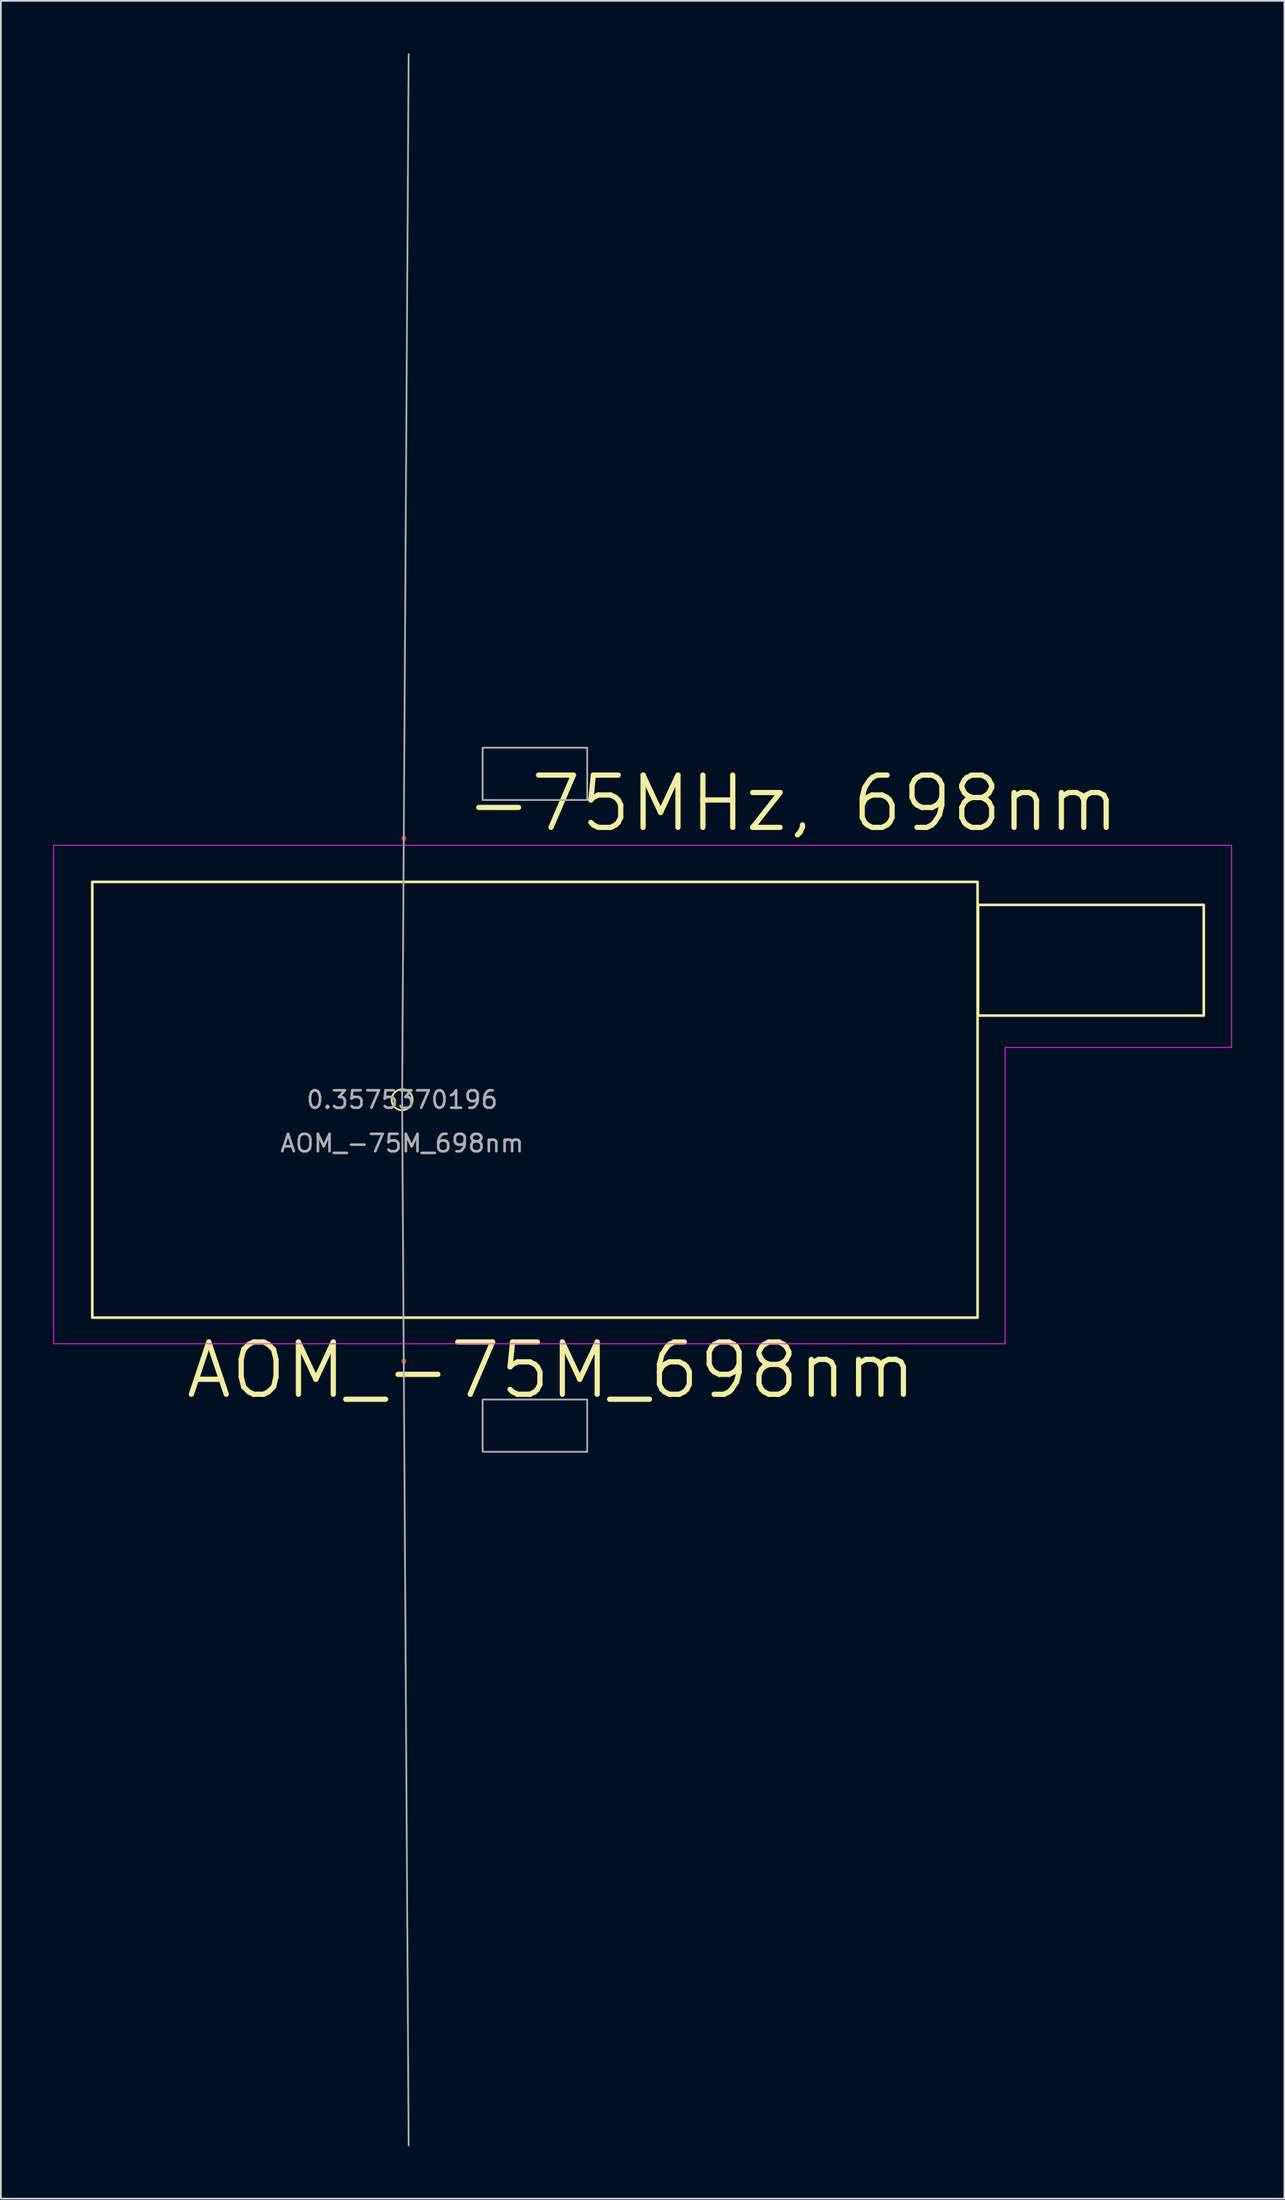
<source format=kicad_pcb>
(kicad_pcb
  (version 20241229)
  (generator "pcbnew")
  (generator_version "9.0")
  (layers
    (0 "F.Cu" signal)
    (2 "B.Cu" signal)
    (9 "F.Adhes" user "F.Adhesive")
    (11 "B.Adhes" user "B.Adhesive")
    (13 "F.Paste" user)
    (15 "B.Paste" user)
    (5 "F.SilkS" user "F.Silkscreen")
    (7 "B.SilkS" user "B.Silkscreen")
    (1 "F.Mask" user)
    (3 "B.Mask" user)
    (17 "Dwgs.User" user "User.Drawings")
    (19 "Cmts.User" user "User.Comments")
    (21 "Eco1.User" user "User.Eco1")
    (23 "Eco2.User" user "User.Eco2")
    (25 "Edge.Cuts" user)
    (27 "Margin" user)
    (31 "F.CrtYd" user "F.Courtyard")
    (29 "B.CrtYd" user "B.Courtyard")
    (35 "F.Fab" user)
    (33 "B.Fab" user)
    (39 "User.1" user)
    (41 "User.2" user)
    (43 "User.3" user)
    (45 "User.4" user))
  (footprint "AOM_-75M_698nm"
    (layer "F.Cu")
    (at 20.025 60.049)
    (property "Reference" "AOM_-75M_698nm" (at 8.55 15.525 0) (unlocked yes) (layer "F.SilkS") (effects (font (size 3 3) (thickness 0.3))))
    (property "Frequency" "-75MHz, 698nm" (at 22.4 -17 0) (layer "F.SilkS") (effects (font (size 3 3) (thickness 0.3))))
    (property "Angle" "0.3575370196" (at 0 0 0) (layer "F.Fab") (effects (font (size 1 1) (thickness 0.15))))
    (attr smd)
    (fp_rect (start -17.78 -12.5) (end 33.02 12.5) (stroke (width 0.15) (type default)) (fill no) (layer "F.SilkS"))
    (fp_rect (start 33.05 -11.18) (end 46 -4.83) (stroke (width 0.15) (type default)) (fill no) (layer "F.SilkS"))
    (fp_circle (center 0 0) (end 0.6 0) (stroke (width 0.1) (type default)) (fill no) (layer "F.SilkS"))
    (fp_poly (pts (xy -20 -14.6) (xy -20 14) (xy 34.6 14) (xy 34.6 -3) (xy 47.6 -3) (xy 47.6 -14.6)) (stroke (width 0.05) (type solid)) (fill no) (layer "F.CrtYd"))
    (fp_line (start 0 0) (end 0.375 -59.999) (stroke (width 0.1) (type default)) (layer "F.Fab"))
    (fp_line (start 0 0) (end 0.375 59.999) (stroke (width 0.1) (type default)) (layer "F.Fab"))
    (fp_rect (start 4.62 -20.2) (end 10.62 -17.2) (stroke (width 0.1) (type solid)) (fill no) (layer "F.Fab"))
    (fp_rect (start 4.62 20.2) (end 10.62 17.2) (stroke (width 0.1) (type solid)) (fill no) (layer "F.Fab"))
    (fp_text user "${REFERENCE}" (at 0 2.5 0) (unlocked yes) (layer "F.Fab") (effects (font (size 1 1) (thickness 0.15))))
    (pad "1" smd circle (at 0.099 -15) (size 0.3 0.3) (layers "F.Cu" "F.Mask" "F.Paste"))
    (pad "2" smd circle (at 0.099 15) (size 0.3 0.3) (layers "F.Cu" "F.Mask" "F.Paste")))
  (gr_rect
    (start -3 -3)
    (end 70.65 123.098)
    (stroke (width 0.1) (type default))
    (fill no)
    (layer "Edge.Cuts")))
</source>
